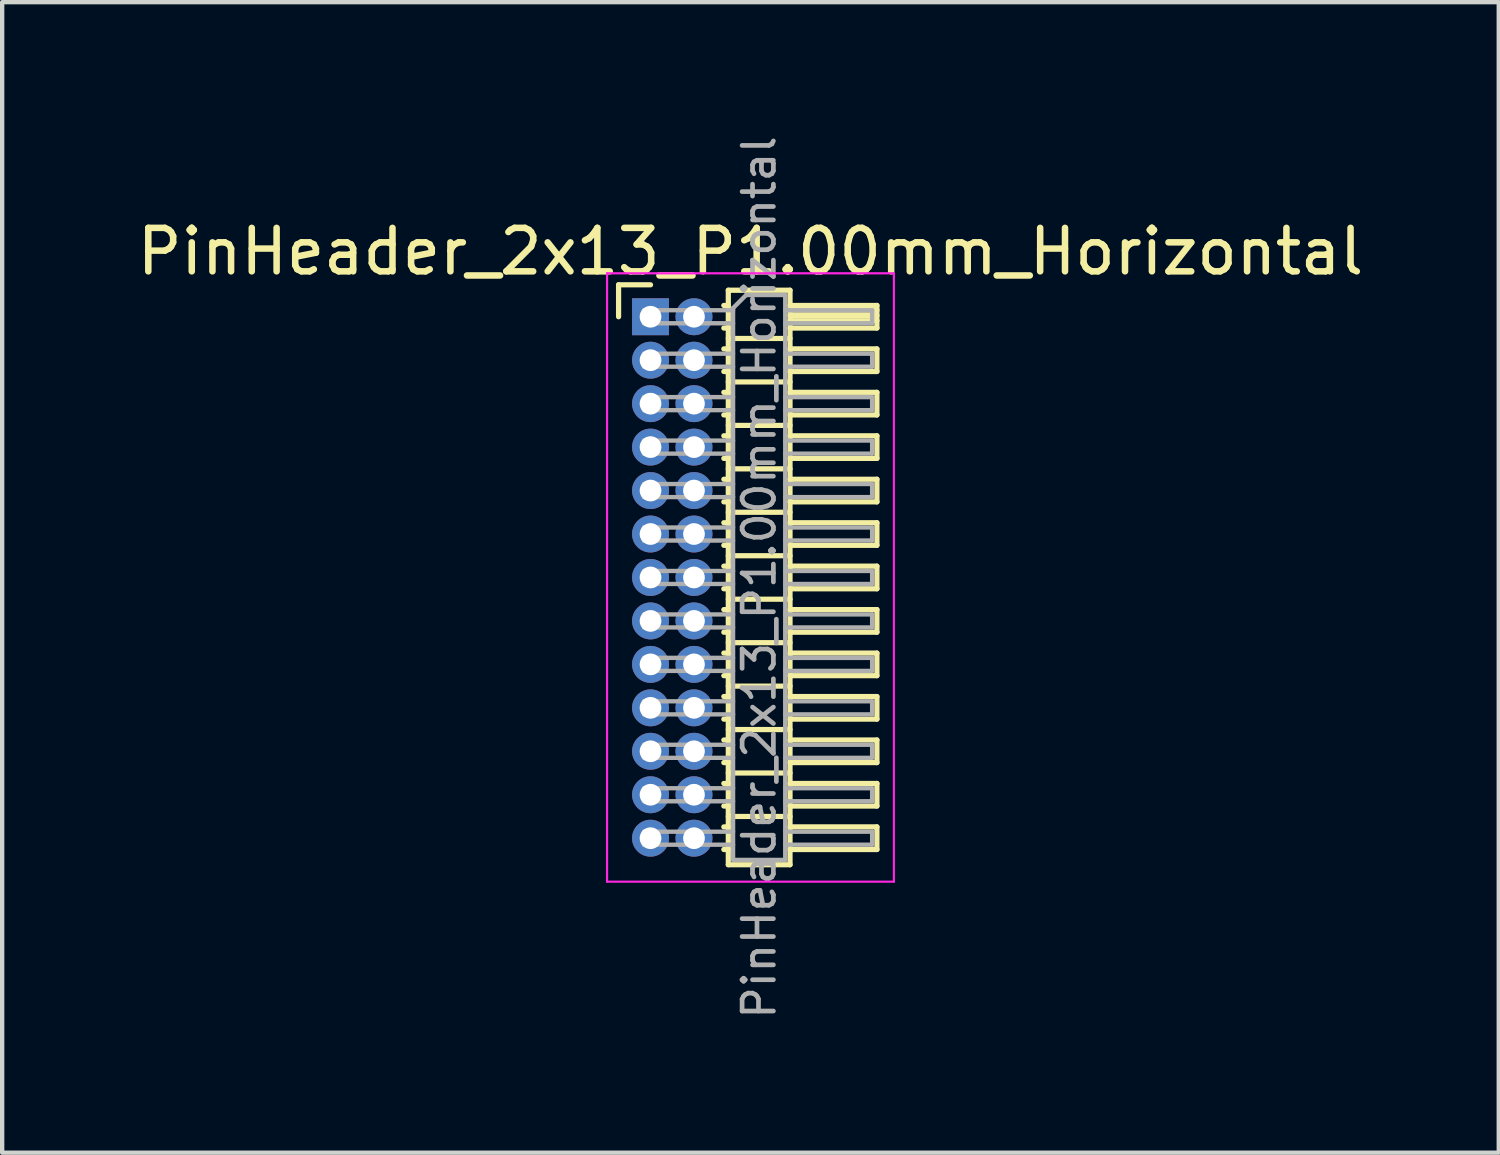
<source format=kicad_pcb>
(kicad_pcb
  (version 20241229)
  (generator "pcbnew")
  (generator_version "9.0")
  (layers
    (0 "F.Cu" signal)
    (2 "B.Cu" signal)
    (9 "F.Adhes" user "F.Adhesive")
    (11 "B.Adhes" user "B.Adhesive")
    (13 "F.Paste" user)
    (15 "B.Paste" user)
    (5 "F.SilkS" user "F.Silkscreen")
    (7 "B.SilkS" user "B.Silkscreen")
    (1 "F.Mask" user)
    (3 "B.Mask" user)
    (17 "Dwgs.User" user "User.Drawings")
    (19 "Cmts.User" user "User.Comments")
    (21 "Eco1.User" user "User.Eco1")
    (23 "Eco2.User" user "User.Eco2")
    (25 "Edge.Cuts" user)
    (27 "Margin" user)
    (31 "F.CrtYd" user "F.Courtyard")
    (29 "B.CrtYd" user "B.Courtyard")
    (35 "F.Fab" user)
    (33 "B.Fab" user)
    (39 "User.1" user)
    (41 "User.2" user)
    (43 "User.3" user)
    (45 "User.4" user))
  (footprint "PinHeader_2x13_P1.00mm_Horizontal"
    (layer "F.Cu")
    (at 11.92 4.239)
    (property "Reference" "PinHeader_2x13_P1.00mm_Horizontal" (at 2.3 -1.5 0) (layer "F.SilkS") (effects (font (size 1 1) (thickness 0.15))))
    (attr through_hole)
    (fp_line (start -0.735 -0.735) (end 0 -0.735) (stroke (width 0.12) (type solid)) (layer "F.SilkS"))
    (fp_line (start -0.735 0) (end -0.735 -0.735) (stroke (width 0.12) (type solid)) (layer "F.SilkS"))
    (fp_line (start 1.687 -0.26) (end 1.79 -0.26) (stroke (width 0.12) (type solid)) (layer "F.SilkS"))
    (fp_line (start 1.687 0.26) (end 1.79 0.26) (stroke (width 0.12) (type solid)) (layer "F.SilkS"))
    (fp_line (start 1.687 0.74) (end 1.79 0.74) (stroke (width 0.12) (type solid)) (layer "F.SilkS"))
    (fp_line (start 1.687 1.26) (end 1.79 1.26) (stroke (width 0.12) (type solid)) (layer "F.SilkS"))
    (fp_line (start 1.687 1.74) (end 1.79 1.74) (stroke (width 0.12) (type solid)) (layer "F.SilkS"))
    (fp_line (start 1.687 2.26) (end 1.79 2.26) (stroke (width 0.12) (type solid)) (layer "F.SilkS"))
    (fp_line (start 1.687 2.74) (end 1.79 2.74) (stroke (width 0.12) (type solid)) (layer "F.SilkS"))
    (fp_line (start 1.687 3.26) (end 1.79 3.26) (stroke (width 0.12) (type solid)) (layer "F.SilkS"))
    (fp_line (start 1.687 3.74) (end 1.79 3.74) (stroke (width 0.12) (type solid)) (layer "F.SilkS"))
    (fp_line (start 1.687 4.26) (end 1.79 4.26) (stroke (width 0.12) (type solid)) (layer "F.SilkS"))
    (fp_line (start 1.687 4.74) (end 1.79 4.74) (stroke (width 0.12) (type solid)) (layer "F.SilkS"))
    (fp_line (start 1.687 5.26) (end 1.79 5.26) (stroke (width 0.12) (type solid)) (layer "F.SilkS"))
    (fp_line (start 1.687 5.74) (end 1.79 5.74) (stroke (width 0.12) (type solid)) (layer "F.SilkS"))
    (fp_line (start 1.687 6.26) (end 1.79 6.26) (stroke (width 0.12) (type solid)) (layer "F.SilkS"))
    (fp_line (start 1.687 6.74) (end 1.79 6.74) (stroke (width 0.12) (type solid)) (layer "F.SilkS"))
    (fp_line (start 1.687 7.26) (end 1.79 7.26) (stroke (width 0.12) (type solid)) (layer "F.SilkS"))
    (fp_line (start 1.687 7.74) (end 1.79 7.74) (stroke (width 0.12) (type solid)) (layer "F.SilkS"))
    (fp_line (start 1.687 8.26) (end 1.79 8.26) (stroke (width 0.12) (type solid)) (layer "F.SilkS"))
    (fp_line (start 1.687 8.74) (end 1.79 8.74) (stroke (width 0.12) (type solid)) (layer "F.SilkS"))
    (fp_line (start 1.687 9.26) (end 1.79 9.26) (stroke (width 0.12) (type solid)) (layer "F.SilkS"))
    (fp_line (start 1.687 9.74) (end 1.79 9.74) (stroke (width 0.12) (type solid)) (layer "F.SilkS"))
    (fp_line (start 1.687 10.26) (end 1.79 10.26) (stroke (width 0.12) (type solid)) (layer "F.SilkS"))
    (fp_line (start 1.687 10.74) (end 1.79 10.74) (stroke (width 0.12) (type solid)) (layer "F.SilkS"))
    (fp_line (start 1.687 11.26) (end 1.79 11.26) (stroke (width 0.12) (type solid)) (layer "F.SilkS"))
    (fp_line (start 1.687 11.74) (end 1.79 11.74) (stroke (width 0.12) (type solid)) (layer "F.SilkS"))
    (fp_line (start 1.687 12.26) (end 1.79 12.26) (stroke (width 0.12) (type solid)) (layer "F.SilkS"))
    (fp_line (start 1.79 -0.61) (end 1.79 12.61) (stroke (width 0.12) (type solid)) (layer "F.SilkS"))
    (fp_line (start 1.79 0.5) (end 3.21 0.5) (stroke (width 0.12) (type solid)) (layer "F.SilkS"))
    (fp_line (start 1.79 1.5) (end 3.21 1.5) (stroke (width 0.12) (type solid)) (layer "F.SilkS"))
    (fp_line (start 1.79 2.5) (end 3.21 2.5) (stroke (width 0.12) (type solid)) (layer "F.SilkS"))
    (fp_line (start 1.79 3.5) (end 3.21 3.5) (stroke (width 0.12) (type solid)) (layer "F.SilkS"))
    (fp_line (start 1.79 4.5) (end 3.21 4.5) (stroke (width 0.12) (type solid)) (layer "F.SilkS"))
    (fp_line (start 1.79 5.5) (end 3.21 5.5) (stroke (width 0.12) (type solid)) (layer "F.SilkS"))
    (fp_line (start 1.79 6.5) (end 3.21 6.5) (stroke (width 0.12) (type solid)) (layer "F.SilkS"))
    (fp_line (start 1.79 7.5) (end 3.21 7.5) (stroke (width 0.12) (type solid)) (layer "F.SilkS"))
    (fp_line (start 1.79 8.5) (end 3.21 8.5) (stroke (width 0.12) (type solid)) (layer "F.SilkS"))
    (fp_line (start 1.79 9.5) (end 3.21 9.5) (stroke (width 0.12) (type solid)) (layer "F.SilkS"))
    (fp_line (start 1.79 10.5) (end 3.21 10.5) (stroke (width 0.12) (type solid)) (layer "F.SilkS"))
    (fp_line (start 1.79 11.5) (end 3.21 11.5) (stroke (width 0.12) (type solid)) (layer "F.SilkS"))
    (fp_line (start 1.79 12.61) (end 3.21 12.61) (stroke (width 0.12) (type solid)) (layer "F.SilkS"))
    (fp_line (start 3.21 -0.61) (end 1.79 -0.61) (stroke (width 0.12) (type solid)) (layer "F.SilkS"))
    (fp_line (start 3.21 -0.26) (end 5.21 -0.26) (stroke (width 0.12) (type solid)) (layer "F.SilkS"))
    (fp_line (start 3.21 -0.15) (end 5.21 -0.15) (stroke (width 0.12) (type solid)) (layer "F.SilkS"))
    (fp_line (start 3.21 -0.03) (end 5.21 -0.03) (stroke (width 0.12) (type solid)) (layer "F.SilkS"))
    (fp_line (start 3.21 0.09) (end 5.21 0.09) (stroke (width 0.12) (type solid)) (layer "F.SilkS"))
    (fp_line (start 3.21 0.74) (end 5.21 0.74) (stroke (width 0.12) (type solid)) (layer "F.SilkS"))
    (fp_line (start 3.21 1.74) (end 5.21 1.74) (stroke (width 0.12) (type solid)) (layer "F.SilkS"))
    (fp_line (start 3.21 2.74) (end 5.21 2.74) (stroke (width 0.12) (type solid)) (layer "F.SilkS"))
    (fp_line (start 3.21 3.74) (end 5.21 3.74) (stroke (width 0.12) (type solid)) (layer "F.SilkS"))
    (fp_line (start 3.21 4.74) (end 5.21 4.74) (stroke (width 0.12) (type solid)) (layer "F.SilkS"))
    (fp_line (start 3.21 5.74) (end 5.21 5.74) (stroke (width 0.12) (type solid)) (layer "F.SilkS"))
    (fp_line (start 3.21 6.74) (end 5.21 6.74) (stroke (width 0.12) (type solid)) (layer "F.SilkS"))
    (fp_line (start 3.21 7.74) (end 5.21 7.74) (stroke (width 0.12) (type solid)) (layer "F.SilkS"))
    (fp_line (start 3.21 8.74) (end 5.21 8.74) (stroke (width 0.12) (type solid)) (layer "F.SilkS"))
    (fp_line (start 3.21 9.74) (end 5.21 9.74) (stroke (width 0.12) (type solid)) (layer "F.SilkS"))
    (fp_line (start 3.21 10.74) (end 5.21 10.74) (stroke (width 0.12) (type solid)) (layer "F.SilkS"))
    (fp_line (start 3.21 11.74) (end 5.21 11.74) (stroke (width 0.12) (type solid)) (layer "F.SilkS"))
    (fp_line (start 3.21 12.61) (end 3.21 -0.61) (stroke (width 0.12) (type solid)) (layer "F.SilkS"))
    (fp_line (start 5.21 -0.26) (end 5.21 0.26) (stroke (width 0.12) (type solid)) (layer "F.SilkS"))
    (fp_line (start 5.21 0.26) (end 3.21 0.26) (stroke (width 0.12) (type solid)) (layer "F.SilkS"))
    (fp_line (start 5.21 0.74) (end 5.21 1.26) (stroke (width 0.12) (type solid)) (layer "F.SilkS"))
    (fp_line (start 5.21 1.26) (end 3.21 1.26) (stroke (width 0.12) (type solid)) (layer "F.SilkS"))
    (fp_line (start 5.21 1.74) (end 5.21 2.26) (stroke (width 0.12) (type solid)) (layer "F.SilkS"))
    (fp_line (start 5.21 2.26) (end 3.21 2.26) (stroke (width 0.12) (type solid)) (layer "F.SilkS"))
    (fp_line (start 5.21 2.74) (end 5.21 3.26) (stroke (width 0.12) (type solid)) (layer "F.SilkS"))
    (fp_line (start 5.21 3.26) (end 3.21 3.26) (stroke (width 0.12) (type solid)) (layer "F.SilkS"))
    (fp_line (start 5.21 3.74) (end 5.21 4.26) (stroke (width 0.12) (type solid)) (layer "F.SilkS"))
    (fp_line (start 5.21 4.26) (end 3.21 4.26) (stroke (width 0.12) (type solid)) (layer "F.SilkS"))
    (fp_line (start 5.21 4.74) (end 5.21 5.26) (stroke (width 0.12) (type solid)) (layer "F.SilkS"))
    (fp_line (start 5.21 5.26) (end 3.21 5.26) (stroke (width 0.12) (type solid)) (layer "F.SilkS"))
    (fp_line (start 5.21 5.74) (end 5.21 6.26) (stroke (width 0.12) (type solid)) (layer "F.SilkS"))
    (fp_line (start 5.21 6.26) (end 3.21 6.26) (stroke (width 0.12) (type solid)) (layer "F.SilkS"))
    (fp_line (start 5.21 6.74) (end 5.21 7.26) (stroke (width 0.12) (type solid)) (layer "F.SilkS"))
    (fp_line (start 5.21 7.26) (end 3.21 7.26) (stroke (width 0.12) (type solid)) (layer "F.SilkS"))
    (fp_line (start 5.21 7.74) (end 5.21 8.26) (stroke (width 0.12) (type solid)) (layer "F.SilkS"))
    (fp_line (start 5.21 8.26) (end 3.21 8.26) (stroke (width 0.12) (type solid)) (layer "F.SilkS"))
    (fp_line (start 5.21 8.74) (end 5.21 9.26) (stroke (width 0.12) (type solid)) (layer "F.SilkS"))
    (fp_line (start 5.21 9.26) (end 3.21 9.26) (stroke (width 0.12) (type solid)) (layer "F.SilkS"))
    (fp_line (start 5.21 9.74) (end 5.21 10.26) (stroke (width 0.12) (type solid)) (layer "F.SilkS"))
    (fp_line (start 5.21 10.26) (end 3.21 10.26) (stroke (width 0.12) (type solid)) (layer "F.SilkS"))
    (fp_line (start 5.21 10.74) (end 5.21 11.26) (stroke (width 0.12) (type solid)) (layer "F.SilkS"))
    (fp_line (start 5.21 11.26) (end 3.21 11.26) (stroke (width 0.12) (type solid)) (layer "F.SilkS"))
    (fp_line (start 5.21 11.74) (end 5.21 12.26) (stroke (width 0.12) (type solid)) (layer "F.SilkS"))
    (fp_line (start 5.21 12.26) (end 3.21 12.26) (stroke (width 0.12) (type solid)) (layer "F.SilkS"))
    (fp_line (start -1 -1) (end -1 13) (stroke (width 0.05) (type solid)) (layer "F.CrtYd"))
    (fp_line (start -1 13) (end 5.6 13) (stroke (width 0.05) (type solid)) (layer "F.CrtYd"))
    (fp_line (start 5.6 -1) (end -1 -1) (stroke (width 0.05) (type solid)) (layer "F.CrtYd"))
    (fp_line (start 5.6 13) (end 5.6 -1) (stroke (width 0.05) (type solid)) (layer "F.CrtYd"))
    (fp_line (start -0.15 -0.15) (end -0.15 0.15) (stroke (width 0.1) (type solid)) (layer "F.Fab"))
    (fp_line (start -0.15 -0.15) (end 1.9 -0.15) (stroke (width 0.1) (type solid)) (layer "F.Fab"))
    (fp_line (start -0.15 0.15) (end 1.9 0.15) (stroke (width 0.1) (type solid)) (layer "F.Fab"))
    (fp_line (start -0.15 0.85) (end -0.15 1.15) (stroke (width 0.1) (type solid)) (layer "F.Fab"))
    (fp_line (start -0.15 0.85) (end 1.9 0.85) (stroke (width 0.1) (type solid)) (layer "F.Fab"))
    (fp_line (start -0.15 1.15) (end 1.9 1.15) (stroke (width 0.1) (type solid)) (layer "F.Fab"))
    (fp_line (start -0.15 1.85) (end -0.15 2.15) (stroke (width 0.1) (type solid)) (layer "F.Fab"))
    (fp_line (start -0.15 1.85) (end 1.9 1.85) (stroke (width 0.1) (type solid)) (layer "F.Fab"))
    (fp_line (start -0.15 2.15) (end 1.9 2.15) (stroke (width 0.1) (type solid)) (layer "F.Fab"))
    (fp_line (start -0.15 2.85) (end -0.15 3.15) (stroke (width 0.1) (type solid)) (layer "F.Fab"))
    (fp_line (start -0.15 2.85) (end 1.9 2.85) (stroke (width 0.1) (type solid)) (layer "F.Fab"))
    (fp_line (start -0.15 3.15) (end 1.9 3.15) (stroke (width 0.1) (type solid)) (layer "F.Fab"))
    (fp_line (start -0.15 3.85) (end -0.15 4.15) (stroke (width 0.1) (type solid)) (layer "F.Fab"))
    (fp_line (start -0.15 3.85) (end 1.9 3.85) (stroke (width 0.1) (type solid)) (layer "F.Fab"))
    (fp_line (start -0.15 4.15) (end 1.9 4.15) (stroke (width 0.1) (type solid)) (layer "F.Fab"))
    (fp_line (start -0.15 4.85) (end -0.15 5.15) (stroke (width 0.1) (type solid)) (layer "F.Fab"))
    (fp_line (start -0.15 4.85) (end 1.9 4.85) (stroke (width 0.1) (type solid)) (layer "F.Fab"))
    (fp_line (start -0.15 5.15) (end 1.9 5.15) (stroke (width 0.1) (type solid)) (layer "F.Fab"))
    (fp_line (start -0.15 5.85) (end -0.15 6.15) (stroke (width 0.1) (type solid)) (layer "F.Fab"))
    (fp_line (start -0.15 5.85) (end 1.9 5.85) (stroke (width 0.1) (type solid)) (layer "F.Fab"))
    (fp_line (start -0.15 6.15) (end 1.9 6.15) (stroke (width 0.1) (type solid)) (layer "F.Fab"))
    (fp_line (start -0.15 6.85) (end -0.15 7.15) (stroke (width 0.1) (type solid)) (layer "F.Fab"))
    (fp_line (start -0.15 6.85) (end 1.9 6.85) (stroke (width 0.1) (type solid)) (layer "F.Fab"))
    (fp_line (start -0.15 7.15) (end 1.9 7.15) (stroke (width 0.1) (type solid)) (layer "F.Fab"))
    (fp_line (start -0.15 7.85) (end -0.15 8.15) (stroke (width 0.1) (type solid)) (layer "F.Fab"))
    (fp_line (start -0.15 7.85) (end 1.9 7.85) (stroke (width 0.1) (type solid)) (layer "F.Fab"))
    (fp_line (start -0.15 8.15) (end 1.9 8.15) (stroke (width 0.1) (type solid)) (layer "F.Fab"))
    (fp_line (start -0.15 8.85) (end -0.15 9.15) (stroke (width 0.1) (type solid)) (layer "F.Fab"))
    (fp_line (start -0.15 8.85) (end 1.9 8.85) (stroke (width 0.1) (type solid)) (layer "F.Fab"))
    (fp_line (start -0.15 9.15) (end 1.9 9.15) (stroke (width 0.1) (type solid)) (layer "F.Fab"))
    (fp_line (start -0.15 9.85) (end -0.15 10.15) (stroke (width 0.1) (type solid)) (layer "F.Fab"))
    (fp_line (start -0.15 9.85) (end 1.9 9.85) (stroke (width 0.1) (type solid)) (layer "F.Fab"))
    (fp_line (start -0.15 10.15) (end 1.9 10.15) (stroke (width 0.1) (type solid)) (layer "F.Fab"))
    (fp_line (start -0.15 10.85) (end -0.15 11.15) (stroke (width 0.1) (type solid)) (layer "F.Fab"))
    (fp_line (start -0.15 10.85) (end 1.9 10.85) (stroke (width 0.1) (type solid)) (layer "F.Fab"))
    (fp_line (start -0.15 11.15) (end 1.9 11.15) (stroke (width 0.1) (type solid)) (layer "F.Fab"))
    (fp_line (start -0.15 11.85) (end -0.15 12.15) (stroke (width 0.1) (type solid)) (layer "F.Fab"))
    (fp_line (start -0.15 11.85) (end 1.9 11.85) (stroke (width 0.1) (type solid)) (layer "F.Fab"))
    (fp_line (start -0.15 12.15) (end 1.9 12.15) (stroke (width 0.1) (type solid)) (layer "F.Fab"))
    (fp_line (start 1.9 -0.2) (end 2.2 -0.5) (stroke (width 0.1) (type solid)) (layer "F.Fab"))
    (fp_line (start 1.9 12.5) (end 1.9 -0.2) (stroke (width 0.1) (type solid)) (layer "F.Fab"))
    (fp_line (start 2.2 -0.5) (end 3.1 -0.5) (stroke (width 0.1) (type solid)) (layer "F.Fab"))
    (fp_line (start 3.1 -0.5) (end 3.1 12.5) (stroke (width 0.1) (type solid)) (layer "F.Fab"))
    (fp_line (start 3.1 -0.15) (end 5.1 -0.15) (stroke (width 0.1) (type solid)) (layer "F.Fab"))
    (fp_line (start 3.1 0.15) (end 5.1 0.15) (stroke (width 0.1) (type solid)) (layer "F.Fab"))
    (fp_line (start 3.1 0.85) (end 5.1 0.85) (stroke (width 0.1) (type solid)) (layer "F.Fab"))
    (fp_line (start 3.1 1.15) (end 5.1 1.15) (stroke (width 0.1) (type solid)) (layer "F.Fab"))
    (fp_line (start 3.1 1.85) (end 5.1 1.85) (stroke (width 0.1) (type solid)) (layer "F.Fab"))
    (fp_line (start 3.1 2.15) (end 5.1 2.15) (stroke (width 0.1) (type solid)) (layer "F.Fab"))
    (fp_line (start 3.1 2.85) (end 5.1 2.85) (stroke (width 0.1) (type solid)) (layer "F.Fab"))
    (fp_line (start 3.1 3.15) (end 5.1 3.15) (stroke (width 0.1) (type solid)) (layer "F.Fab"))
    (fp_line (start 3.1 3.85) (end 5.1 3.85) (stroke (width 0.1) (type solid)) (layer "F.Fab"))
    (fp_line (start 3.1 4.15) (end 5.1 4.15) (stroke (width 0.1) (type solid)) (layer "F.Fab"))
    (fp_line (start 3.1 4.85) (end 5.1 4.85) (stroke (width 0.1) (type solid)) (layer "F.Fab"))
    (fp_line (start 3.1 5.15) (end 5.1 5.15) (stroke (width 0.1) (type solid)) (layer "F.Fab"))
    (fp_line (start 3.1 5.85) (end 5.1 5.85) (stroke (width 0.1) (type solid)) (layer "F.Fab"))
    (fp_line (start 3.1 6.15) (end 5.1 6.15) (stroke (width 0.1) (type solid)) (layer "F.Fab"))
    (fp_line (start 3.1 6.85) (end 5.1 6.85) (stroke (width 0.1) (type solid)) (layer "F.Fab"))
    (fp_line (start 3.1 7.15) (end 5.1 7.15) (stroke (width 0.1) (type solid)) (layer "F.Fab"))
    (fp_line (start 3.1 7.85) (end 5.1 7.85) (stroke (width 0.1) (type solid)) (layer "F.Fab"))
    (fp_line (start 3.1 8.15) (end 5.1 8.15) (stroke (width 0.1) (type solid)) (layer "F.Fab"))
    (fp_line (start 3.1 8.85) (end 5.1 8.85) (stroke (width 0.1) (type solid)) (layer "F.Fab"))
    (fp_line (start 3.1 9.15) (end 5.1 9.15) (stroke (width 0.1) (type solid)) (layer "F.Fab"))
    (fp_line (start 3.1 9.85) (end 5.1 9.85) (stroke (width 0.1) (type solid)) (layer "F.Fab"))
    (fp_line (start 3.1 10.15) (end 5.1 10.15) (stroke (width 0.1) (type solid)) (layer "F.Fab"))
    (fp_line (start 3.1 10.85) (end 5.1 10.85) (stroke (width 0.1) (type solid)) (layer "F.Fab"))
    (fp_line (start 3.1 11.15) (end 5.1 11.15) (stroke (width 0.1) (type solid)) (layer "F.Fab"))
    (fp_line (start 3.1 11.85) (end 5.1 11.85) (stroke (width 0.1) (type solid)) (layer "F.Fab"))
    (fp_line (start 3.1 12.15) (end 5.1 12.15) (stroke (width 0.1) (type solid)) (layer "F.Fab"))
    (fp_line (start 3.1 12.5) (end 1.9 12.5) (stroke (width 0.1) (type solid)) (layer "F.Fab"))
    (fp_line (start 5.1 -0.15) (end 5.1 0.15) (stroke (width 0.1) (type solid)) (layer "F.Fab"))
    (fp_line (start 5.1 0.85) (end 5.1 1.15) (stroke (width 0.1) (type solid)) (layer "F.Fab"))
    (fp_line (start 5.1 1.85) (end 5.1 2.15) (stroke (width 0.1) (type solid)) (layer "F.Fab"))
    (fp_line (start 5.1 2.85) (end 5.1 3.15) (stroke (width 0.1) (type solid)) (layer "F.Fab"))
    (fp_line (start 5.1 3.85) (end 5.1 4.15) (stroke (width 0.1) (type solid)) (layer "F.Fab"))
    (fp_line (start 5.1 4.85) (end 5.1 5.15) (stroke (width 0.1) (type solid)) (layer "F.Fab"))
    (fp_line (start 5.1 5.85) (end 5.1 6.15) (stroke (width 0.1) (type solid)) (layer "F.Fab"))
    (fp_line (start 5.1 6.85) (end 5.1 7.15) (stroke (width 0.1) (type solid)) (layer "F.Fab"))
    (fp_line (start 5.1 7.85) (end 5.1 8.15) (stroke (width 0.1) (type solid)) (layer "F.Fab"))
    (fp_line (start 5.1 8.85) (end 5.1 9.15) (stroke (width 0.1) (type solid)) (layer "F.Fab"))
    (fp_line (start 5.1 9.85) (end 5.1 10.15) (stroke (width 0.1) (type solid)) (layer "F.Fab"))
    (fp_line (start 5.1 10.85) (end 5.1 11.15) (stroke (width 0.1) (type solid)) (layer "F.Fab"))
    (fp_line (start 5.1 11.85) (end 5.1 12.15) (stroke (width 0.1) (type solid)) (layer "F.Fab"))
    (fp_text user "${REFERENCE}" (at 2.5 6 90) (layer "F.Fab") (effects (font (size 0.72 0.72) (thickness 0.108))))
    (pad "1" thru_hole rect (at 0 0) (size 0.85 0.85) (drill 0.5) (layers "*.Cu" "*.Mask"))
    (pad "2" thru_hole circle (at 1 0) (size 0.85 0.85) (drill 0.5) (layers "*.Cu" "*.Mask"))
    (pad "3" thru_hole circle (at 0 1) (size 0.85 0.85) (drill 0.5) (layers "*.Cu" "*.Mask"))
    (pad "4" thru_hole circle (at 1 1) (size 0.85 0.85) (drill 0.5) (layers "*.Cu" "*.Mask"))
    (pad "5" thru_hole circle (at 0 2) (size 0.85 0.85) (drill 0.5) (layers "*.Cu" "*.Mask"))
    (pad "6" thru_hole circle (at 1 2) (size 0.85 0.85) (drill 0.5) (layers "*.Cu" "*.Mask"))
    (pad "7" thru_hole circle (at 0 3) (size 0.85 0.85) (drill 0.5) (layers "*.Cu" "*.Mask"))
    (pad "8" thru_hole circle (at 1 3) (size 0.85 0.85) (drill 0.5) (layers "*.Cu" "*.Mask"))
    (pad "9" thru_hole circle (at 0 4) (size 0.85 0.85) (drill 0.5) (layers "*.Cu" "*.Mask"))
    (pad "10" thru_hole circle (at 1 4) (size 0.85 0.85) (drill 0.5) (layers "*.Cu" "*.Mask"))
    (pad "11" thru_hole circle (at 0 5) (size 0.85 0.85) (drill 0.5) (layers "*.Cu" "*.Mask"))
    (pad "12" thru_hole circle (at 1 5) (size 0.85 0.85) (drill 0.5) (layers "*.Cu" "*.Mask"))
    (pad "13" thru_hole circle (at 0 6) (size 0.85 0.85) (drill 0.5) (layers "*.Cu" "*.Mask"))
    (pad "14" thru_hole circle (at 1 6) (size 0.85 0.85) (drill 0.5) (layers "*.Cu" "*.Mask"))
    (pad "15" thru_hole circle (at 0 7) (size 0.85 0.85) (drill 0.5) (layers "*.Cu" "*.Mask"))
    (pad "16" thru_hole circle (at 1 7) (size 0.85 0.85) (drill 0.5) (layers "*.Cu" "*.Mask"))
    (pad "17" thru_hole circle (at 0 8) (size 0.85 0.85) (drill 0.5) (layers "*.Cu" "*.Mask"))
    (pad "18" thru_hole circle (at 1 8) (size 0.85 0.85) (drill 0.5) (layers "*.Cu" "*.Mask"))
    (pad "19" thru_hole circle (at 0 9) (size 0.85 0.85) (drill 0.5) (layers "*.Cu" "*.Mask"))
    (pad "20" thru_hole circle (at 1 9) (size 0.85 0.85) (drill 0.5) (layers "*.Cu" "*.Mask"))
    (pad "21" thru_hole circle (at 0 10) (size 0.85 0.85) (drill 0.5) (layers "*.Cu" "*.Mask"))
    (pad "22" thru_hole circle (at 1 10) (size 0.85 0.85) (drill 0.5) (layers "*.Cu" "*.Mask"))
    (pad "23" thru_hole circle (at 0 11) (size 0.85 0.85) (drill 0.5) (layers "*.Cu" "*.Mask"))
    (pad "24" thru_hole circle (at 1 11) (size 0.85 0.85) (drill 0.5) (layers "*.Cu" "*.Mask"))
    (pad "25" thru_hole circle (at 0 12) (size 0.85 0.85) (drill 0.5) (layers "*.Cu" "*.Mask"))
    (pad "26" thru_hole circle (at 1 12) (size 0.85 0.85) (drill 0.5) (layers "*.Cu" "*.Mask")))
  (gr_rect
    (start -3 -3)
    (end 31.44 23.477)
    (stroke (width 0.1) (type default))
    (fill no)
    (layer "Edge.Cuts")))
</source>
